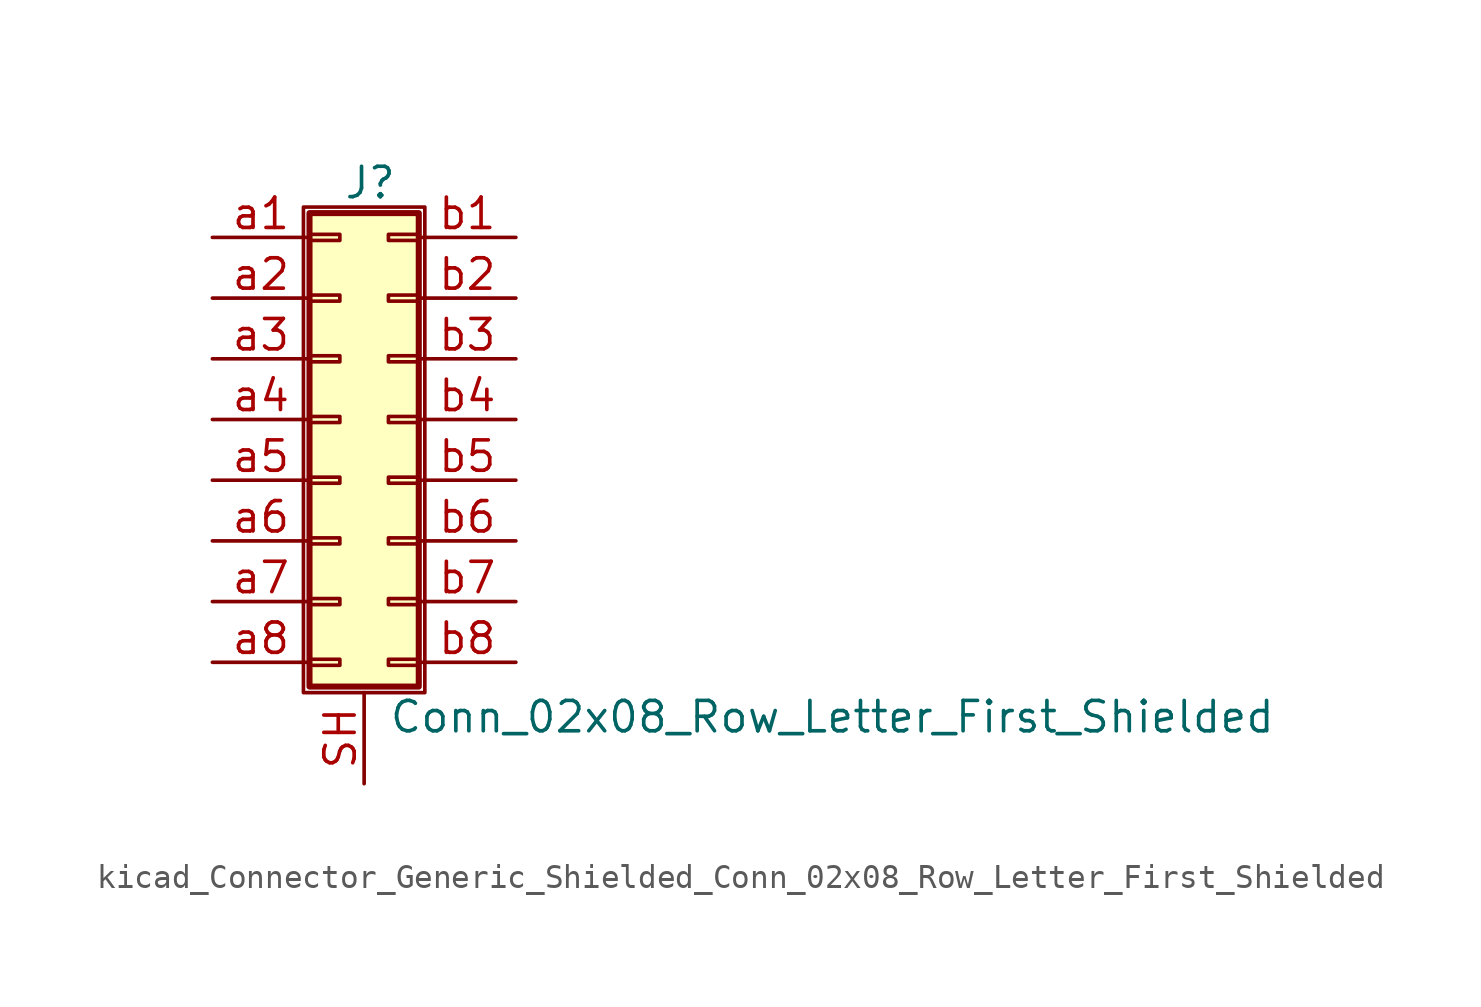
<source format=kicad_sym>
(kicad_symbol_lib
  (version 20220914)
  (generator kicad_symbol_editor)
  (symbol "kicad_Connector_Generic_Shielded_Conn_02x08_Row_Letter_First_Shielded"
    (pin_names
      (offset 1.016) hide)
    (property "Reference" "J"
      (at 1.524 9.906 0)
      (effects (font (size 1.27 1.27))))
    (property "Value" "Conn_02x08_Row_Letter_First_Shielded"
      (at 2.286 -12.446 0)
      (effects (font (size 1.27 1.27)) (justify left)))
    (symbol "kicad_Connector_Generic_Shielded_Conn_02x08_Row_Letter_First_Shielded_1_1"
      (rectangle (start -1.27 8.89) (end 3.81 -11.43) (stroke (width 0.152) (type default)) (fill (type none)))
      (rectangle (start -1.016 -10.033) (end 0.254 -10.287) (stroke (width 0.152) (type default)) (fill (type none)))
      (rectangle (start -1.016 -7.493) (end 0.254 -7.747) (stroke (width 0.152) (type default)) (fill (type none)))
      (rectangle (start -1.016 -4.953) (end 0.254 -5.207) (stroke (width 0.152) (type default)) (fill (type none)))
      (rectangle (start -1.016 -2.413) (end 0.254 -2.667) (stroke (width 0.152) (type default)) (fill (type none)))
      (rectangle (start -1.016 0.127) (end 0.254 -0.127) (stroke (width 0.152) (type default)) (fill (type none)))
      (rectangle (start -1.016 2.667) (end 0.254 2.413) (stroke (width 0.152) (type default)) (fill (type none)))
      (rectangle (start -1.016 5.207) (end 0.254 4.953) (stroke (width 0.152) (type default)) (fill (type none)))
      (rectangle (start -1.016 7.747) (end 0.254 7.493) (stroke (width 0.152) (type default)) (fill (type none)))
      (rectangle (start -1.016 8.636) (end 3.556 -11.176) (stroke (width 0.254) (type default)) (fill (type background)))
      (rectangle (start 3.556 -10.033) (end 2.286 -10.287) (stroke (width 0.152) (type default)) (fill (type none)))
      (rectangle (start 3.556 -7.493) (end 2.286 -7.747) (stroke (width 0.152) (type default)) (fill (type none)))
      (rectangle (start 3.556 -4.953) (end 2.286 -5.207) (stroke (width 0.152) (type default)) (fill (type none)))
      (rectangle (start 3.556 -2.413) (end 2.286 -2.667) (stroke (width 0.152) (type default)) (fill (type none)))
      (rectangle (start 3.556 0.127) (end 2.286 -0.127) (stroke (width 0.152) (type default)) (fill (type none)))
      (rectangle (start 3.556 2.667) (end 2.286 2.413) (stroke (width 0.152) (type default)) (fill (type none)))
      (rectangle (start 3.556 5.207) (end 2.286 4.953) (stroke (width 0.152) (type default)) (fill (type none)))
      (rectangle (start 3.556 7.747) (end 2.286 7.493) (stroke (width 0.152) (type default)) (fill (type none)))
      (pin passive line (at 1.27 -15.24 90) (length 3.81) (name "Shield" (effects (font (size 1.27 1.27)))) (number "SH" (effects (font (size 1.27 1.27)))))
      (pin passive line (at -5.08 7.62 0) (length 4.064) (name "Pin_a1" (effects (font (size 1.27 1.27)))) (number "a1" (effects (font (size 1.27 1.27)))))
      (pin passive line (at -5.08 5.08 0) (length 4.064) (name "Pin_a2" (effects (font (size 1.27 1.27)))) (number "a2" (effects (font (size 1.27 1.27)))))
      (pin passive line (at -5.08 2.54 0) (length 4.064) (name "Pin_a3" (effects (font (size 1.27 1.27)))) (number "a3" (effects (font (size 1.27 1.27)))))
      (pin passive line (at -5.08 0 0) (length 4.064) (name "Pin_a4" (effects (font (size 1.27 1.27)))) (number "a4" (effects (font (size 1.27 1.27)))))
      (pin passive line (at -5.08 -2.54 0) (length 4.064) (name "Pin_a5" (effects (font (size 1.27 1.27)))) (number "a5" (effects (font (size 1.27 1.27)))))
      (pin passive line (at -5.08 -5.08 0) (length 4.064) (name "Pin_a6" (effects (font (size 1.27 1.27)))) (number "a6" (effects (font (size 1.27 1.27)))))
      (pin passive line (at -5.08 -7.62 0) (length 4.064) (name "Pin_a7" (effects (font (size 1.27 1.27)))) (number "a7" (effects (font (size 1.27 1.27)))))
      (pin passive line (at -5.08 -10.16 0) (length 4.064) (name "Pin_a8" (effects (font (size 1.27 1.27)))) (number "a8" (effects (font (size 1.27 1.27)))))
      (pin passive line (at 7.62 7.62 180) (length 4.064) (name "Pin_b1" (effects (font (size 1.27 1.27)))) (number "b1" (effects (font (size 1.27 1.27)))))
      (pin passive line (at 7.62 5.08 180) (length 4.064) (name "Pin_b2" (effects (font (size 1.27 1.27)))) (number "b2" (effects (font (size 1.27 1.27)))))
      (pin passive line (at 7.62 2.54 180) (length 4.064) (name "Pin_b3" (effects (font (size 1.27 1.27)))) (number "b3" (effects (font (size 1.27 1.27)))))
      (pin passive line (at 7.62 0 180) (length 4.064) (name "Pin_b4" (effects (font (size 1.27 1.27)))) (number "b4" (effects (font (size 1.27 1.27)))))
      (pin passive line (at 7.62 -2.54 180) (length 4.064) (name "Pin_b5" (effects (font (size 1.27 1.27)))) (number "b5" (effects (font (size 1.27 1.27)))))
      (pin passive line (at 7.62 -5.08 180) (length 4.064) (name "Pin_b6" (effects (font (size 1.27 1.27)))) (number "b6" (effects (font (size 1.27 1.27)))))
      (pin passive line (at 7.62 -7.62 180) (length 4.064) (name "Pin_b7" (effects (font (size 1.27 1.27)))) (number "b7" (effects (font (size 1.27 1.27)))))
      (pin passive line (at 7.62 -10.16 180) (length 4.064) (name "Pin_b8" (effects (font (size 1.27 1.27)))) (number "b8" (effects (font (size 1.27 1.27))))))))
</source>
